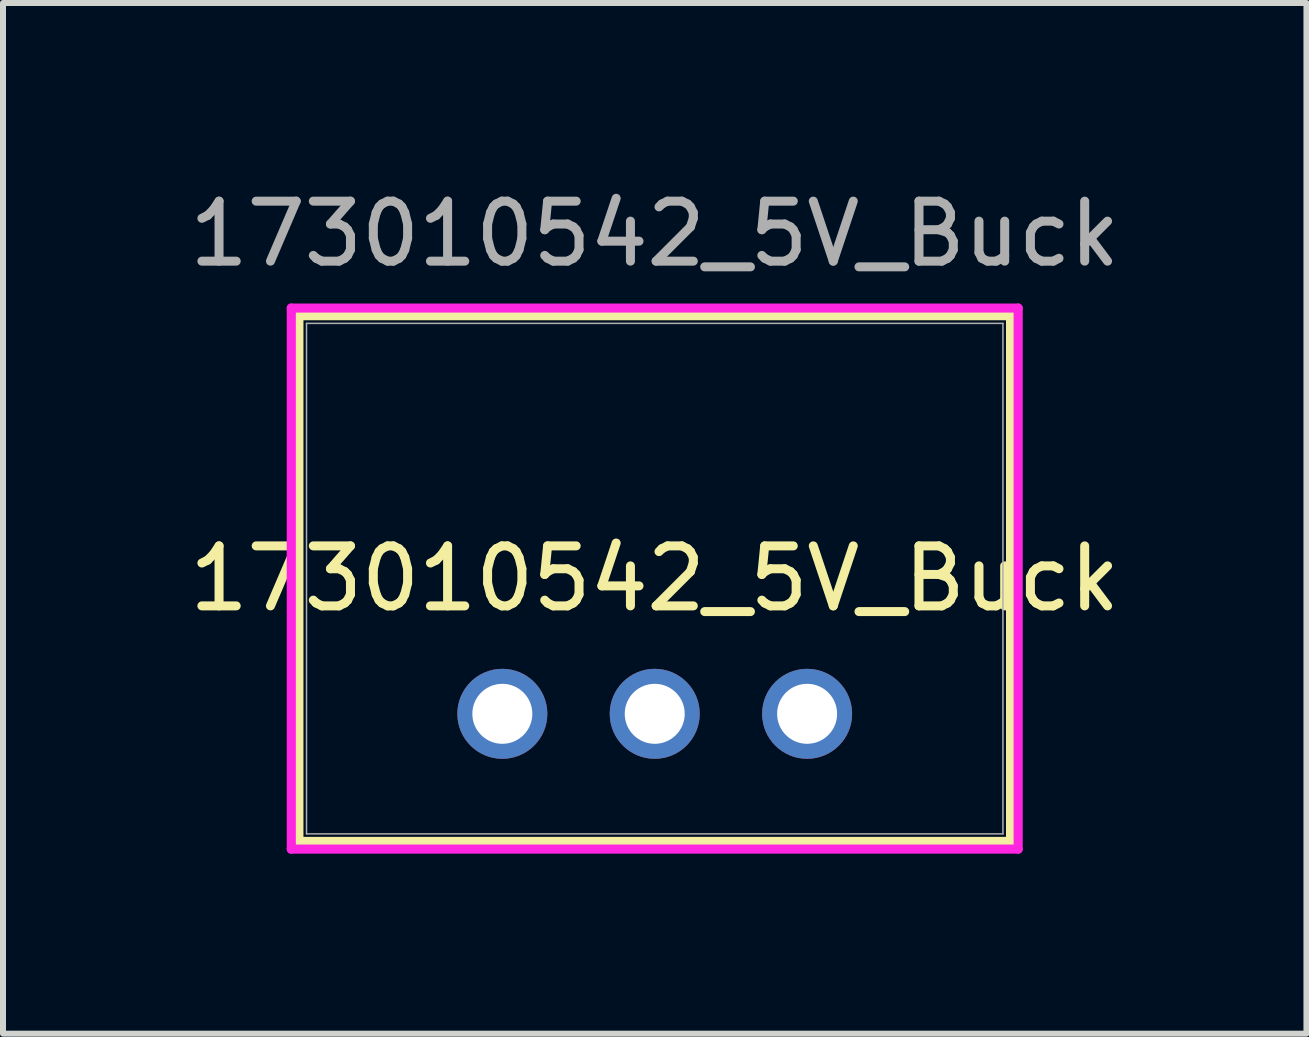
<source format=kicad_pcb>
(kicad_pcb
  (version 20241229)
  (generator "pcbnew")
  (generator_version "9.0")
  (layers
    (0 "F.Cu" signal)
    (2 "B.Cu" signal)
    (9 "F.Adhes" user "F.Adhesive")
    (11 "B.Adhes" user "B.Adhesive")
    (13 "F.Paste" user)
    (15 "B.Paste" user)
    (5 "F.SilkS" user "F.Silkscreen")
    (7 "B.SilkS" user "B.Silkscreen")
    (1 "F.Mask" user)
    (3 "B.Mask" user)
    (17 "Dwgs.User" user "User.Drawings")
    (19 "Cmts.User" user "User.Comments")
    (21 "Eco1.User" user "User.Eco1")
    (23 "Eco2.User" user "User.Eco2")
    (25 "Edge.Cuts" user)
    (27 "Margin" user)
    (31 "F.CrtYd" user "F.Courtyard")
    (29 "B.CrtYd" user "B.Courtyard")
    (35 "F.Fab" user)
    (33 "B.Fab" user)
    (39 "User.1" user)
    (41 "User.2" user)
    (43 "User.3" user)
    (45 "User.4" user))
  (footprint "173010542_5V_Buck"
    (layer "F.Cu")
    (at 7.863 8.848)
    (property "Reference" "173010542_5V_Buck" (at 0 -2.254 0) (unlocked yes) (layer "F.SilkS") (effects (font (size 1 1) (thickness 0.15))))
    (attr through_hole)
    (fp_line (start -5.931 -6.636) (end -5.931 2.127) (stroke (width 0.152) (type solid)) (layer "F.SilkS"))
    (fp_line (start -5.931 2.127) (end 5.931 2.127) (stroke (width 0.152) (type solid)) (layer "F.SilkS"))
    (fp_line (start 5.931 -6.636) (end -5.931 -6.636) (stroke (width 0.152) (type solid)) (layer "F.SilkS"))
    (fp_line (start 5.931 2.127) (end 5.931 -6.636) (stroke (width 0.152) (type solid)) (layer "F.SilkS"))
    (fp_line (start -6.058 -6.763) (end -6.058 2.255) (stroke (width 0.152) (type solid)) (layer "F.CrtYd"))
    (fp_line (start -6.058 2.255) (end 6.058 2.255) (stroke (width 0.152) (type solid)) (layer "F.CrtYd"))
    (fp_line (start 6.058 -6.763) (end -6.058 -6.763) (stroke (width 0.152) (type solid)) (layer "F.CrtYd"))
    (fp_line (start 6.058 2.255) (end 6.058 -6.763) (stroke (width 0.152) (type solid)) (layer "F.CrtYd"))
    (fp_line (start -5.804 -6.508) (end -5.804 2.001) (stroke (width 0.025) (type solid)) (layer "F.Fab"))
    (fp_line (start -5.804 2.001) (end 5.804 2.001) (stroke (width 0.025) (type solid)) (layer "F.Fab"))
    (fp_line (start 5.804 -6.508) (end -5.804 -6.508) (stroke (width 0.025) (type solid)) (layer "F.Fab"))
    (fp_line (start 5.804 2.001) (end 5.804 -6.508) (stroke (width 0.025) (type solid)) (layer "F.Fab"))
    (fp_text user "${REFERENCE}" (at 0 -8 0) (unlocked yes) (layer "F.Fab") (effects (font (size 1 1) (thickness 0.15))))
    (pad "1" thru_hole circle (at -2.54 0 180) (size 1.5 1.5) (drill 1) (layers "*.Cu" "*.Mask"))
    (pad "2" thru_hole circle (at 0 0 180) (size 1.5 1.5) (drill 1) (layers "*.Cu" "*.Mask"))
    (pad "3" thru_hole circle (at 2.54 0 180) (size 1.5 1.5) (drill 1) (layers "*.Cu" "*.Mask")))
  (gr_rect
    (start -3 -3)
    (end 18.726 14.179)
    (stroke (width 0.1) (type default))
    (fill no)
    (layer "Edge.Cuts")))
</source>
